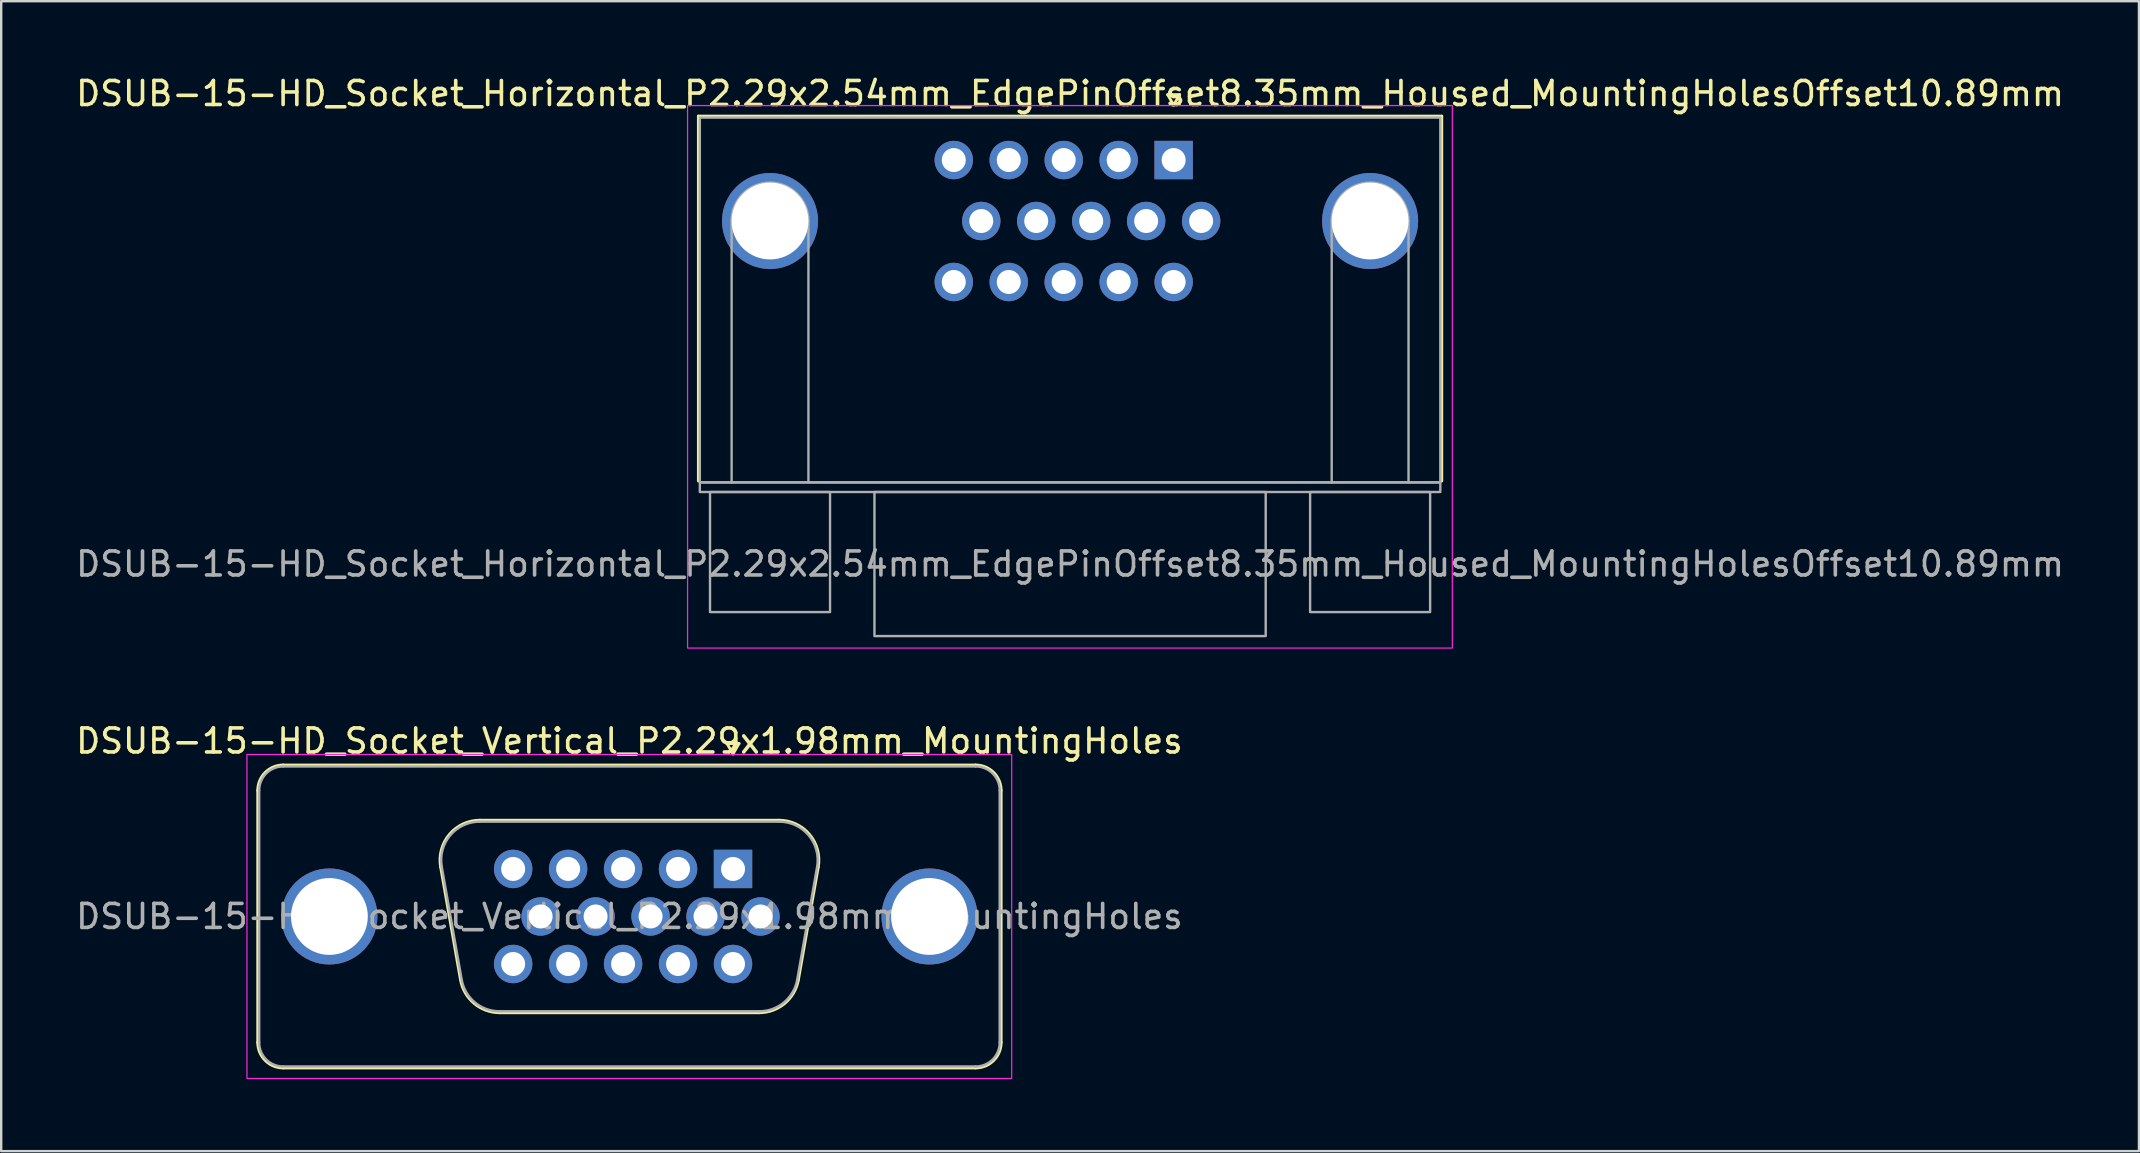
<source format=kicad_pcb>
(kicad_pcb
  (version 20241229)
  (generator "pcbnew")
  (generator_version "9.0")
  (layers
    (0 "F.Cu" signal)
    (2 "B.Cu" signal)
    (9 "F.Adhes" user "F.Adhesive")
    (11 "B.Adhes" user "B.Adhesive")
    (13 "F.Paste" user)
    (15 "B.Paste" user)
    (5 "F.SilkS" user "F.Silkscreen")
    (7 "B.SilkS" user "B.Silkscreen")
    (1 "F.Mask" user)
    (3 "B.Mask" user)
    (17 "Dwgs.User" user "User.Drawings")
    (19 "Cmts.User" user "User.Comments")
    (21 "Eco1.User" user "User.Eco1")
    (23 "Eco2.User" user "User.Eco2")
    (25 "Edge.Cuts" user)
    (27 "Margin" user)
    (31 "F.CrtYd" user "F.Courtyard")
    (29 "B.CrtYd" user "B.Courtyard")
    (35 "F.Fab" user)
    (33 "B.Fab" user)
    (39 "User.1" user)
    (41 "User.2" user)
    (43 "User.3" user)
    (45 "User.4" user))
  (footprint "DSUB-15-HD_Socket_Horizontal_P2.29x2.54mm_EdgePinOffset8.35mm_Housed_MountingHolesOffset10.89mm"
    (layer "F.Cu")
    (at 45.845 3.618)
    (property "Reference" "DSUB-15-HD_Socket_Horizontal_P2.29x2.54mm_EdgePinOffset8.35mm_Housed_MountingHolesOffset10.89mm" (at -4.315 -2.77 0) (layer "F.SilkS") (effects (font (size 1 1) (thickness 0.15))))
    (attr through_hole)
    (fp_line (start -19.8 -1.83) (end 11.17 -1.83) (stroke (width 0.12) (type solid)) (layer "F.SilkS"))
    (fp_line (start -19.8 13.37) (end -19.8 -1.83) (stroke (width 0.12) (type solid)) (layer "F.SilkS"))
    (fp_line (start -0.25 -2.724) (end 0.25 -2.724) (stroke (width 0.12) (type solid)) (layer "F.SilkS"))
    (fp_line (start 0 -2.291) (end -0.25 -2.724) (stroke (width 0.12) (type solid)) (layer "F.SilkS"))
    (fp_line (start 0.25 -2.724) (end 0 -2.291) (stroke (width 0.12) (type solid)) (layer "F.SilkS"))
    (fp_line (start 11.17 -1.83) (end 11.17 13.37) (stroke (width 0.12) (type solid)) (layer "F.SilkS"))
    (fp_rect (start -20.25 -2.27) (end 11.61 20.33) (stroke (width 0.05) (type solid)) (fill no) (layer "F.CrtYd"))
    (fp_line (start -18.415 13.43) (end -18.415 2.54) (stroke (width 0.1) (type solid)) (layer "F.Fab"))
    (fp_line (start -15.215 13.43) (end -15.215 2.54) (stroke (width 0.1) (type solid)) (layer "F.Fab"))
    (fp_line (start 6.585 13.43) (end 6.585 2.54) (stroke (width 0.1) (type solid)) (layer "F.Fab"))
    (fp_line (start 9.785 13.43) (end 9.785 2.54) (stroke (width 0.1) (type solid)) (layer "F.Fab"))
    (fp_rect (start -19.74 -1.77) (end 11.11 13.43) (stroke (width 0.1) (type solid)) (fill no) (layer "F.Fab"))
    (fp_rect (start -19.74 13.43) (end 11.11 13.83) (stroke (width 0.1) (type solid)) (fill no) (layer "F.Fab"))
    (fp_rect (start -19.315 13.83) (end -14.315 18.83) (stroke (width 0.1) (type solid)) (fill no) (layer "F.Fab"))
    (fp_rect (start -12.465 13.83) (end 3.835 19.83) (stroke (width 0.1) (type solid)) (fill no) (layer "F.Fab"))
    (fp_rect (start 5.685 13.83) (end 10.685 18.83) (stroke (width 0.1) (type solid)) (fill no) (layer "F.Fab"))
    (fp_arc (start -18.415 2.54) (mid -16.815 0.94) (end -15.215 2.54) (stroke (width 0.1) (type solid)) (layer "F.Fab"))
    (fp_arc (start 6.585 2.54) (mid 8.185 0.94) (end 9.785 2.54) (stroke (width 0.1) (type solid)) (layer "F.Fab"))
    (fp_text user "${REFERENCE}" (at -4.315 16.83 0) (layer "F.Fab") (effects (font (size 1 1) (thickness 0.15))))
    (pad "1" thru_hole rect (at 0 0) (size 1.6 1.6) (drill 1) (layers "*.Cu" "*.Mask"))
    (pad "2" thru_hole circle (at -2.29 0) (size 1.6 1.6) (drill 1) (layers "*.Cu" "*.Mask"))
    (pad "3" thru_hole circle (at -4.58 0) (size 1.6 1.6) (drill 1) (layers "*.Cu" "*.Mask"))
    (pad "4" thru_hole circle (at -6.87 0) (size 1.6 1.6) (drill 1) (layers "*.Cu" "*.Mask"))
    (pad "5" thru_hole circle (at -9.16 0) (size 1.6 1.6) (drill 1) (layers "*.Cu" "*.Mask"))
    (pad "6" thru_hole circle (at 1.145 2.54) (size 1.6 1.6) (drill 1) (layers "*.Cu" "*.Mask"))
    (pad "7" thru_hole circle (at -1.145 2.54) (size 1.6 1.6) (drill 1) (layers "*.Cu" "*.Mask"))
    (pad "8" thru_hole circle (at -3.435 2.54) (size 1.6 1.6) (drill 1) (layers "*.Cu" "*.Mask"))
    (pad "9" thru_hole circle (at -5.725 2.54) (size 1.6 1.6) (drill 1) (layers "*.Cu" "*.Mask"))
    (pad "10" thru_hole circle (at -8.015 2.54) (size 1.6 1.6) (drill 1) (layers "*.Cu" "*.Mask"))
    (pad "11" thru_hole circle (at 0 5.08) (size 1.6 1.6) (drill 1) (layers "*.Cu" "*.Mask"))
    (pad "12" thru_hole circle (at -2.29 5.08) (size 1.6 1.6) (drill 1) (layers "*.Cu" "*.Mask"))
    (pad "13" thru_hole circle (at -4.58 5.08) (size 1.6 1.6) (drill 1) (layers "*.Cu" "*.Mask"))
    (pad "14" thru_hole circle (at -6.87 5.08) (size 1.6 1.6) (drill 1) (layers "*.Cu" "*.Mask"))
    (pad "15" thru_hole circle (at -9.16 5.08) (size 1.6 1.6) (drill 1) (layers "*.Cu" "*.Mask"))
    (pad "SH" thru_hole circle (at -16.815 2.54) (size 4 4) (drill 3.2) (layers "*.Cu" "*.Mask"))
    (pad "SH" thru_hole circle (at 8.185 2.54) (size 4 4) (drill 3.2) (layers "*.Cu" "*.Mask")))
  (footprint "DSUB-15-HD_Socket_Vertical_P2.29x1.98mm_MountingHoles"
    (layer "F.Cu")
    (at 27.488 33.151)
    (property "Reference" "DSUB-15-HD_Socket_Vertical_P2.29x1.98mm_MountingHoles" (at -4.315 -5.33 0) (layer "F.SilkS") (effects (font (size 1 1) (thickness 0.15))))
    (attr through_hole)
    (fp_line (start -19.8 7.23) (end -19.8 -3.27) (stroke (width 0.12) (type solid)) (layer "F.SilkS"))
    (fp_line (start -18.74 -4.33) (end 10.11 -4.33) (stroke (width 0.12) (type solid)) (layer "F.SilkS"))
    (fp_line (start -11.353 4.618) (end -12.181 -0.082) (stroke (width 0.12) (type solid)) (layer "F.SilkS"))
    (fp_line (start -10.547 -2.03) (end 1.917 -2.03) (stroke (width 0.12) (type solid)) (layer "F.SilkS"))
    (fp_line (start -0.25 -5.224) (end 0.25 -5.224) (stroke (width 0.12) (type solid)) (layer "F.SilkS"))
    (fp_line (start 0 -4.791) (end -0.25 -5.224) (stroke (width 0.12) (type solid)) (layer "F.SilkS"))
    (fp_line (start 0.25 -5.224) (end 0 -4.791) (stroke (width 0.12) (type solid)) (layer "F.SilkS"))
    (fp_line (start 1.088 5.99) (end -9.718 5.99) (stroke (width 0.12) (type solid)) (layer "F.SilkS"))
    (fp_line (start 3.551 -0.082) (end 2.723 4.618) (stroke (width 0.12) (type solid)) (layer "F.SilkS"))
    (fp_line (start 10.11 8.29) (end -18.74 8.29) (stroke (width 0.12) (type solid)) (layer "F.SilkS"))
    (fp_line (start 11.17 -3.27) (end 11.17 7.23) (stroke (width 0.12) (type solid)) (layer "F.SilkS"))
    (fp_arc (start -19.8 -3.27) (mid -19.489533 -4.019533) (end -18.74 -4.33) (stroke (width 0.12) (type solid)) (layer "F.SilkS"))
    (fp_arc (start -18.74 8.29) (mid -19.489533 7.979533) (end -19.8 7.23) (stroke (width 0.12) (type solid)) (layer "F.SilkS"))
    (fp_arc (start -12.18147 -0.081744) (mid -11.818323 -1.437027) (end -10.546689 -2.03) (stroke (width 0.12) (type solid)) (layer "F.SilkS"))
    (fp_arc (start -9.717952 5.99) (mid -10.78498 5.601634) (end -11.352733 4.618256) (stroke (width 0.12) (type solid)) (layer "F.SilkS"))
    (fp_arc (start 1.916689 -2.03) (mid 3.188323 -1.437027) (end 3.55147 -0.081744) (stroke (width 0.12) (type solid)) (layer "F.SilkS"))
    (fp_arc (start 2.722733 4.618256) (mid 2.15498 5.601634) (end 1.087952 5.99) (stroke (width 0.12) (type solid)) (layer "F.SilkS"))
    (fp_arc (start 10.11 -4.33) (mid 10.859533 -4.019533) (end 11.17 -3.27) (stroke (width 0.12) (type solid)) (layer "F.SilkS"))
    (fp_arc (start 11.17 7.23) (mid 10.859533 7.979533) (end 10.11 8.29) (stroke (width 0.12) (type solid)) (layer "F.SilkS"))
    (fp_rect (start -20.25 -4.77) (end 11.61 8.73) (stroke (width 0.05) (type solid)) (fill no) (layer "F.CrtYd"))
    (fp_line (start -19.74 7.23) (end -19.74 -3.27) (stroke (width 0.1) (type solid)) (layer "F.Fab"))
    (fp_line (start -18.74 -4.27) (end 10.11 -4.27) (stroke (width 0.1) (type solid)) (layer "F.Fab"))
    (fp_line (start -11.305 4.608) (end -12.134 -0.092) (stroke (width 0.1) (type solid)) (layer "F.Fab"))
    (fp_line (start -10.558 -1.97) (end 1.928 -1.97) (stroke (width 0.1) (type solid)) (layer "F.Fab"))
    (fp_line (start 1.099 5.93) (end -9.729 5.93) (stroke (width 0.1) (type solid)) (layer "F.Fab"))
    (fp_line (start 3.504 -0.092) (end 2.675 4.608) (stroke (width 0.1) (type solid)) (layer "F.Fab"))
    (fp_line (start 10.11 8.23) (end -18.74 8.23) (stroke (width 0.1) (type solid)) (layer "F.Fab"))
    (fp_line (start 11.11 -3.27) (end 11.11 7.23) (stroke (width 0.1) (type solid)) (layer "F.Fab"))
    (fp_arc (start -19.74 -3.27) (mid -19.447107 -3.977107) (end -18.74 -4.27) (stroke (width 0.1) (type solid)) (layer "F.Fab"))
    (fp_arc (start -18.74 8.23) (mid -19.447107 7.937107) (end -19.74 7.23) (stroke (width 0.1) (type solid)) (layer "F.Fab"))
    (fp_arc (start -12.133887 -0.092163) (mid -11.783865 -1.39846) (end -10.558194 -1.97) (stroke (width 0.1) (type solid)) (layer "F.Fab"))
    (fp_arc (start -9.729457 5.93) (mid -10.757918 5.555671) (end -11.30515 4.607837) (stroke (width 0.1) (type solid)) (layer "F.Fab"))
    (fp_arc (start 1.928194 -1.97) (mid 3.153865 -1.39846) (end 3.503887 -0.092163) (stroke (width 0.1) (type solid)) (layer "F.Fab"))
    (fp_arc (start 2.67515 4.607837) (mid 2.127918 5.555671) (end 1.099457 5.93) (stroke (width 0.1) (type solid)) (layer "F.Fab"))
    (fp_arc (start 10.11 -4.27) (mid 10.817107 -3.977107) (end 11.11 -3.27) (stroke (width 0.1) (type solid)) (layer "F.Fab"))
    (fp_arc (start 11.11 7.23) (mid 10.817107 7.937107) (end 10.11 8.23) (stroke (width 0.1) (type solid)) (layer "F.Fab"))
    (fp_text user "${REFERENCE}" (at -4.315 1.98 0) (layer "F.Fab") (effects (font (size 1 1) (thickness 0.15))))
    (pad "1" thru_hole rect (at 0 0) (size 1.6 1.6) (drill 1) (layers "*.Cu" "*.Mask"))
    (pad "2" thru_hole circle (at -2.29 0) (size 1.6 1.6) (drill 1) (layers "*.Cu" "*.Mask"))
    (pad "3" thru_hole circle (at -4.58 0) (size 1.6 1.6) (drill 1) (layers "*.Cu" "*.Mask"))
    (pad "4" thru_hole circle (at -6.87 0) (size 1.6 1.6) (drill 1) (layers "*.Cu" "*.Mask"))
    (pad "5" thru_hole circle (at -9.16 0) (size 1.6 1.6) (drill 1) (layers "*.Cu" "*.Mask"))
    (pad "6" thru_hole circle (at 1.145 1.98) (size 1.6 1.6) (drill 1) (layers "*.Cu" "*.Mask"))
    (pad "7" thru_hole circle (at -1.145 1.98) (size 1.6 1.6) (drill 1) (layers "*.Cu" "*.Mask"))
    (pad "8" thru_hole circle (at -3.435 1.98) (size 1.6 1.6) (drill 1) (layers "*.Cu" "*.Mask"))
    (pad "9" thru_hole circle (at -5.725 1.98) (size 1.6 1.6) (drill 1) (layers "*.Cu" "*.Mask"))
    (pad "10" thru_hole circle (at -8.015 1.98) (size 1.6 1.6) (drill 1) (layers "*.Cu" "*.Mask"))
    (pad "11" thru_hole circle (at 0 3.96) (size 1.6 1.6) (drill 1) (layers "*.Cu" "*.Mask"))
    (pad "12" thru_hole circle (at -2.29 3.96) (size 1.6 1.6) (drill 1) (layers "*.Cu" "*.Mask"))
    (pad "13" thru_hole circle (at -4.58 3.96) (size 1.6 1.6) (drill 1) (layers "*.Cu" "*.Mask"))
    (pad "14" thru_hole circle (at -6.87 3.96) (size 1.6 1.6) (drill 1) (layers "*.Cu" "*.Mask"))
    (pad "15" thru_hole circle (at -9.16 3.96) (size 1.6 1.6) (drill 1) (layers "*.Cu" "*.Mask"))
    (pad "SH" thru_hole circle (at -16.815 1.98) (size 4 4) (drill 3.2) (layers "*.Cu" "*.Mask"))
    (pad "SH" thru_hole circle (at 8.185 1.98) (size 4 4) (drill 3.2) (layers "*.Cu" "*.Mask")))
  (gr_rect
    (start -3 -3)
    (end 86.06 44.907)
    (stroke (width 0.1) (type default))
    (fill no)
    (layer "Edge.Cuts")))
</source>
